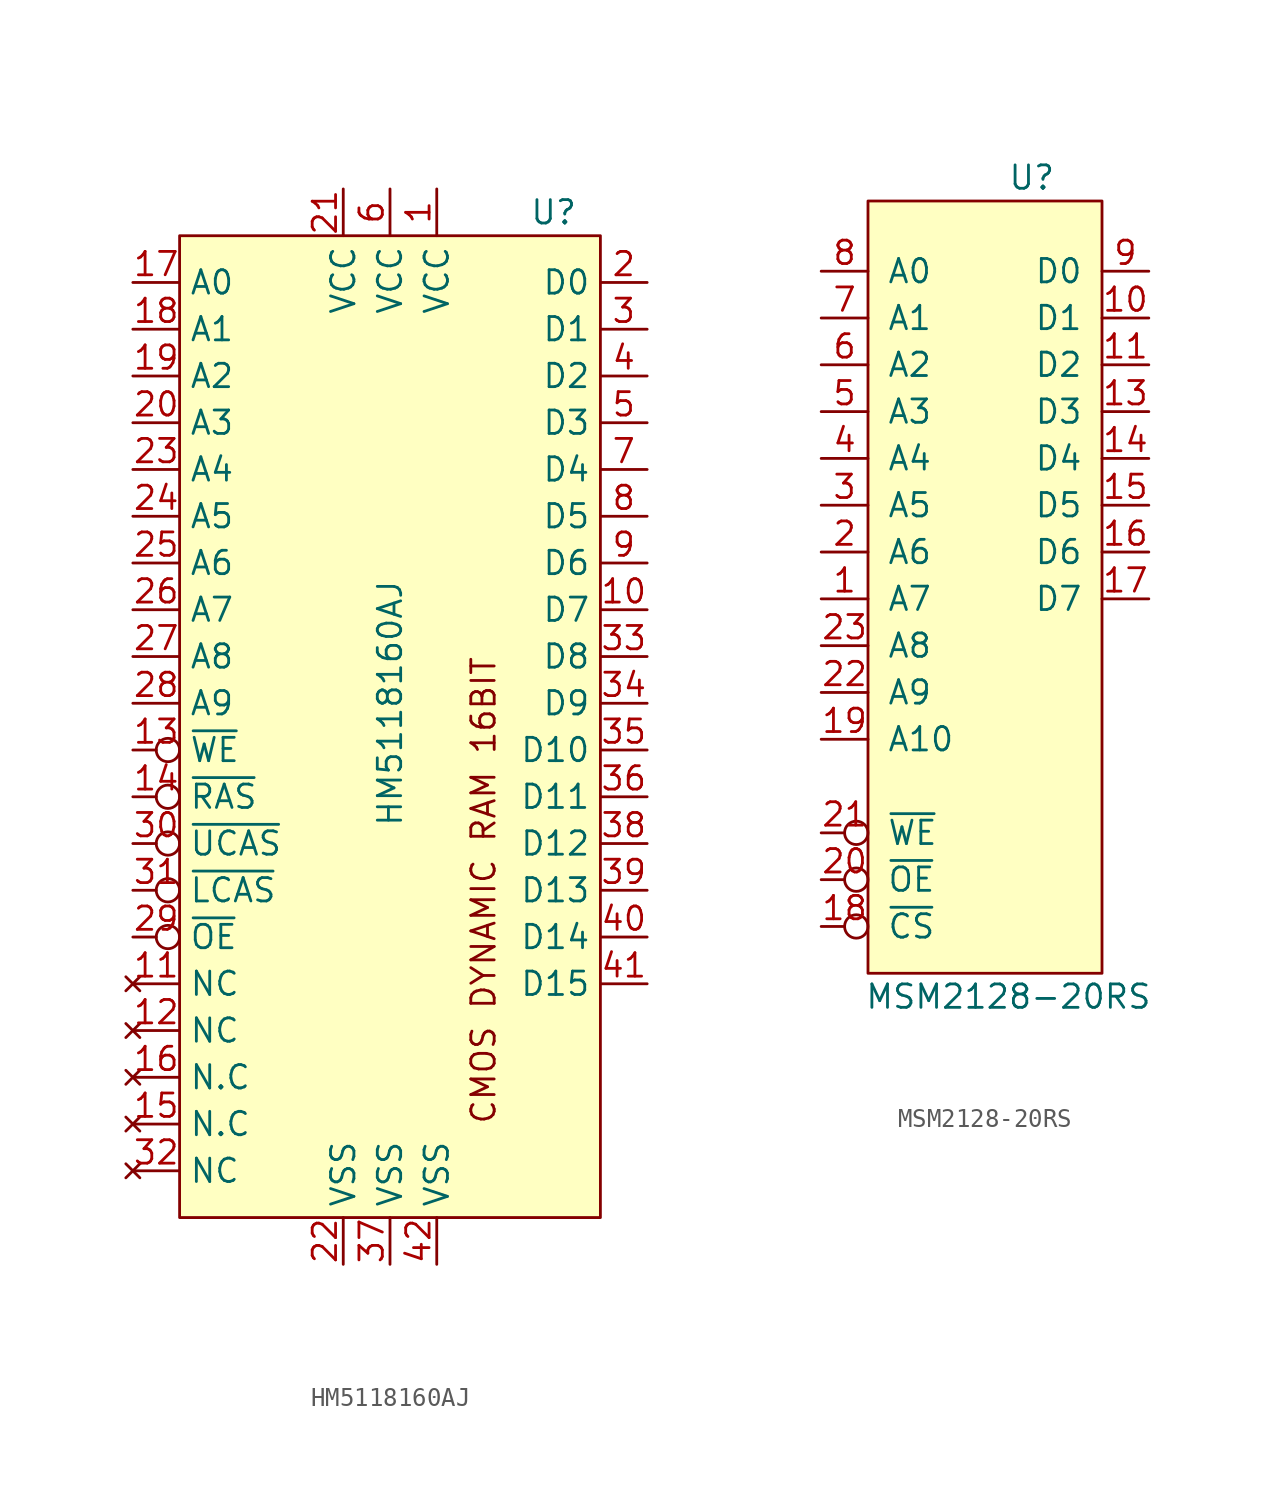
<source format=kicad_sym>
(kicad_symbol_lib
  (version 20211014)
  (generator kicad_symbol_editor)
  (symbol "HM5118160AJ"
    (property "Reference" "U"
      (at 8.89 26.67 0)
      (effects (font (size 1.27 1.27))))
    (property "Value" "HM5118160AJ"
      (at 0 0 90)
      (effects (font (size 1.27 1.27))))
    (symbol "HM5118160AJ_1_1"
      (rectangle (start -11.43 25.4) (end 11.43 -27.94) (stroke (width 0) (type default) (color 0 0 0 0)) (fill (type background)))
      (text "CMOS DYNAMIC RAM 16BIT" (at 5.08 -10.16 900) (effects (font (size 1.27 1.27))))
      (pin power_in line (at 2.54 27.94 270) (length 2.54) (name "VCC" (effects (font (size 1.27 1.27)))) (number "1" (effects (font (size 1.27 1.27)))))
      (pin tri_state line (at 13.97 5.08 180) (length 2.54) (name "D7" (effects (font (size 1.27 1.27)))) (number "10" (effects (font (size 1.27 1.27)))))
      (pin no_connect line (at -13.97 -15.24 0) (length 2.54) (name "NC" (effects (font (size 1.27 1.27)))) (number "11" (effects (font (size 1.27 1.27)))))
      (pin no_connect line (at -13.97 -17.78 0) (length 2.54) (name "NC" (effects (font (size 1.27 1.27)))) (number "12" (effects (font (size 1.27 1.27)))))
      (pin input inverted (at -13.97 -2.54 0) (length 2.54) (name "~{WE}" (effects (font (size 1.27 1.27)))) (number "13" (effects (font (size 1.27 1.27)))))
      (pin input inverted (at -13.97 -5.08 0) (length 2.54) (name "~{RAS}" (effects (font (size 1.27 1.27)))) (number "14" (effects (font (size 1.27 1.27)))))
      (pin no_connect line (at -13.97 -22.86 0) (length 2.54) (name "N.C" (effects (font (size 1.27 1.27)))) (number "15" (effects (font (size 1.27 1.27)))))
      (pin no_connect line (at -13.97 -20.32 0) (length 2.54) (name "N.C" (effects (font (size 1.27 1.27)))) (number "16" (effects (font (size 1.27 1.27)))))
      (pin input line (at -13.97 22.86 0) (length 2.54) (name "A0" (effects (font (size 1.27 1.27)))) (number "17" (effects (font (size 1.27 1.27)))))
      (pin input line (at -13.97 20.32 0) (length 2.54) (name "A1" (effects (font (size 1.27 1.27)))) (number "18" (effects (font (size 1.27 1.27)))))
      (pin input line (at -13.97 17.78 0) (length 2.54) (name "A2" (effects (font (size 1.27 1.27)))) (number "19" (effects (font (size 1.27 1.27)))))
      (pin tri_state line (at 13.97 22.86 180) (length 2.54) (name "D0" (effects (font (size 1.27 1.27)))) (number "2" (effects (font (size 1.27 1.27)))))
      (pin input line (at -13.97 15.24 0) (length 2.54) (name "A3" (effects (font (size 1.27 1.27)))) (number "20" (effects (font (size 1.27 1.27)))))
      (pin power_in line (at -2.54 27.94 270) (length 2.54) (name "VCC" (effects (font (size 1.27 1.27)))) (number "21" (effects (font (size 1.27 1.27)))))
      (pin power_in line (at -2.54 -30.48 90) (length 2.54) (name "VSS" (effects (font (size 1.27 1.27)))) (number "22" (effects (font (size 1.27 1.27)))))
      (pin input line (at -13.97 12.7 0) (length 2.54) (name "A4" (effects (font (size 1.27 1.27)))) (number "23" (effects (font (size 1.27 1.27)))))
      (pin input line (at -13.97 10.16 0) (length 2.54) (name "A5" (effects (font (size 1.27 1.27)))) (number "24" (effects (font (size 1.27 1.27)))))
      (pin input line (at -13.97 7.62 0) (length 2.54) (name "A6" (effects (font (size 1.27 1.27)))) (number "25" (effects (font (size 1.27 1.27)))))
      (pin input line (at -13.97 5.08 0) (length 2.54) (name "A7" (effects (font (size 1.27 1.27)))) (number "26" (effects (font (size 1.27 1.27)))))
      (pin input line (at -13.97 2.54 0) (length 2.54) (name "A8" (effects (font (size 1.27 1.27)))) (number "27" (effects (font (size 1.27 1.27)))))
      (pin input line (at -13.97 0 0) (length 2.54) (name "A9" (effects (font (size 1.27 1.27)))) (number "28" (effects (font (size 1.27 1.27)))))
      (pin input inverted (at -13.97 -12.7 0) (length 2.54) (name "~{OE}" (effects (font (size 1.27 1.27)))) (number "29" (effects (font (size 1.27 1.27)))))
      (pin tri_state line (at 13.97 20.32 180) (length 2.54) (name "D1" (effects (font (size 1.27 1.27)))) (number "3" (effects (font (size 1.27 1.27)))))
      (pin input inverted (at -13.97 -7.62 0) (length 2.54) (name "~{UCAS}" (effects (font (size 1.27 1.27)))) (number "30" (effects (font (size 1.27 1.27)))))
      (pin input inverted (at -13.97 -10.16 0) (length 2.54) (name "~{LCAS}" (effects (font (size 1.27 1.27)))) (number "31" (effects (font (size 1.27 1.27)))))
      (pin no_connect line (at -13.97 -25.4 0) (length 2.54) (name "NC" (effects (font (size 1.27 1.27)))) (number "32" (effects (font (size 1.27 1.27)))))
      (pin tri_state line (at 13.97 2.54 180) (length 2.54) (name "D8" (effects (font (size 1.27 1.27)))) (number "33" (effects (font (size 1.27 1.27)))))
      (pin tri_state line (at 13.97 0 180) (length 2.54) (name "D9" (effects (font (size 1.27 1.27)))) (number "34" (effects (font (size 1.27 1.27)))))
      (pin tri_state line (at 13.97 -2.54 180) (length 2.54) (name "D10" (effects (font (size 1.27 1.27)))) (number "35" (effects (font (size 1.27 1.27)))))
      (pin tri_state line (at 13.97 -5.08 180) (length 2.54) (name "D11" (effects (font (size 1.27 1.27)))) (number "36" (effects (font (size 1.27 1.27)))))
      (pin power_in line (at 0 -30.48 90) (length 2.54) (name "VSS" (effects (font (size 1.27 1.27)))) (number "37" (effects (font (size 1.27 1.27)))))
      (pin tri_state line (at 13.97 -7.62 180) (length 2.54) (name "D12" (effects (font (size 1.27 1.27)))) (number "38" (effects (font (size 1.27 1.27)))))
      (pin tri_state line (at 13.97 -10.16 180) (length 2.54) (name "D13" (effects (font (size 1.27 1.27)))) (number "39" (effects (font (size 1.27 1.27)))))
      (pin tri_state line (at 13.97 17.78 180) (length 2.54) (name "D2" (effects (font (size 1.27 1.27)))) (number "4" (effects (font (size 1.27 1.27)))))
      (pin tri_state line (at 13.97 -12.7 180) (length 2.54) (name "D14" (effects (font (size 1.27 1.27)))) (number "40" (effects (font (size 1.27 1.27)))))
      (pin tri_state line (at 13.97 -15.24 180) (length 2.54) (name "D15" (effects (font (size 1.27 1.27)))) (number "41" (effects (font (size 1.27 1.27)))))
      (pin power_in line (at 2.54 -30.48 90) (length 2.54) (name "VSS" (effects (font (size 1.27 1.27)))) (number "42" (effects (font (size 1.27 1.27)))))
      (pin tri_state line (at 13.97 15.24 180) (length 2.54) (name "D3" (effects (font (size 1.27 1.27)))) (number "5" (effects (font (size 1.27 1.27)))))
      (pin power_in line (at 0 27.94 270) (length 2.54) (name "VCC" (effects (font (size 1.27 1.27)))) (number "6" (effects (font (size 1.27 1.27)))))
      (pin tri_state line (at 13.97 12.7 180) (length 2.54) (name "D4" (effects (font (size 1.27 1.27)))) (number "7" (effects (font (size 1.27 1.27)))))
      (pin tri_state line (at 13.97 10.16 180) (length 2.54) (name "D5" (effects (font (size 1.27 1.27)))) (number "8" (effects (font (size 1.27 1.27)))))
      (pin tri_state line (at 13.97 7.62 180) (length 2.54) (name "D6" (effects (font (size 1.27 1.27)))) (number "9" (effects (font (size 1.27 1.27)))))))
  (symbol "MSM2128-20RS"
    (pin_names
      (offset 1.016))
    (property "Reference" "U"
      (at 1.27 20.32 0)
      (effects (font (size 1.27 1.27))))
    (property "Value" "MSM2128-20RS"
      (at 0 -24.13 0)
      (effects (font (size 1.27 1.27))))
    (symbol "MSM2128-20RS_0_1"
      (rectangle (start -7.62 19.05) (end 5.08 -22.86) (stroke (width 0) (type default) (color 0 0 0 0)) (fill (type background))))
    (symbol "MSM2128-20RS_1_1"
      (pin input line (at -10.16 -2.54 0) (length 2.54) (name "A7" (effects (font (size 1.27 1.27)))) (number "1" (effects (font (size 1.27 1.27)))))
      (pin bidirectional line (at 7.62 12.7 180) (length 2.54) (name "D1" (effects (font (size 1.27 1.27)))) (number "10" (effects (font (size 1.27 1.27)))))
      (pin bidirectional line (at 7.62 10.16 180) (length 2.54) (name "D2" (effects (font (size 1.27 1.27)))) (number "11" (effects (font (size 1.27 1.27)))))
      (pin bidirectional line (at 7.62 7.62 180) (length 2.54) (name "D3" (effects (font (size 1.27 1.27)))) (number "13" (effects (font (size 1.27 1.27)))))
      (pin bidirectional line (at 7.62 5.08 180) (length 2.54) (name "D4" (effects (font (size 1.27 1.27)))) (number "14" (effects (font (size 1.27 1.27)))))
      (pin bidirectional line (at 7.62 2.54 180) (length 2.54) (name "D5" (effects (font (size 1.27 1.27)))) (number "15" (effects (font (size 1.27 1.27)))))
      (pin bidirectional line (at 7.62 0 180) (length 2.54) (name "D6" (effects (font (size 1.27 1.27)))) (number "16" (effects (font (size 1.27 1.27)))))
      (pin bidirectional line (at 7.62 -2.54 180) (length 2.54) (name "D7" (effects (font (size 1.27 1.27)))) (number "17" (effects (font (size 1.27 1.27)))))
      (pin input inverted (at -10.16 -20.32 0) (length 2.54) (name "~{CS}" (effects (font (size 1.27 1.27)))) (number "18" (effects (font (size 1.27 1.27)))))
      (pin input line (at -10.16 -10.16 0) (length 2.54) (name "A10" (effects (font (size 1.27 1.27)))) (number "19" (effects (font (size 1.27 1.27)))))
      (pin input line (at -10.16 0 0) (length 2.54) (name "A6" (effects (font (size 1.27 1.27)))) (number "2" (effects (font (size 1.27 1.27)))))
      (pin input inverted (at -10.16 -17.78 0) (length 2.54) (name "~{OE}" (effects (font (size 1.27 1.27)))) (number "20" (effects (font (size 1.27 1.27)))))
      (pin input inverted (at -10.16 -15.24 0) (length 2.54) (name "~{WE}" (effects (font (size 1.27 1.27)))) (number "21" (effects (font (size 1.27 1.27)))))
      (pin input line (at -10.16 -7.62 0) (length 2.54) (name "A9" (effects (font (size 1.27 1.27)))) (number "22" (effects (font (size 1.27 1.27)))))
      (pin input line (at -10.16 -5.08 0) (length 2.54) (name "A8" (effects (font (size 1.27 1.27)))) (number "23" (effects (font (size 1.27 1.27)))))
      (pin input line (at -10.16 2.54 0) (length 2.54) (name "A5" (effects (font (size 1.27 1.27)))) (number "3" (effects (font (size 1.27 1.27)))))
      (pin input line (at -10.16 5.08 0) (length 2.54) (name "A4" (effects (font (size 1.27 1.27)))) (number "4" (effects (font (size 1.27 1.27)))))
      (pin input line (at -10.16 7.62 0) (length 2.54) (name "A3" (effects (font (size 1.27 1.27)))) (number "5" (effects (font (size 1.27 1.27)))))
      (pin input line (at -10.16 10.16 0) (length 2.54) (name "A2" (effects (font (size 1.27 1.27)))) (number "6" (effects (font (size 1.27 1.27)))))
      (pin input line (at -10.16 12.7 0) (length 2.54) (name "A1" (effects (font (size 1.27 1.27)))) (number "7" (effects (font (size 1.27 1.27)))))
      (pin input line (at -10.16 15.24 0) (length 2.54) (name "A0" (effects (font (size 1.27 1.27)))) (number "8" (effects (font (size 1.27 1.27)))))
      (pin bidirectional line (at 7.62 15.24 180) (length 2.54) (name "D0" (effects (font (size 1.27 1.27)))) (number "9" (effects (font (size 1.27 1.27))))))))
</source>
